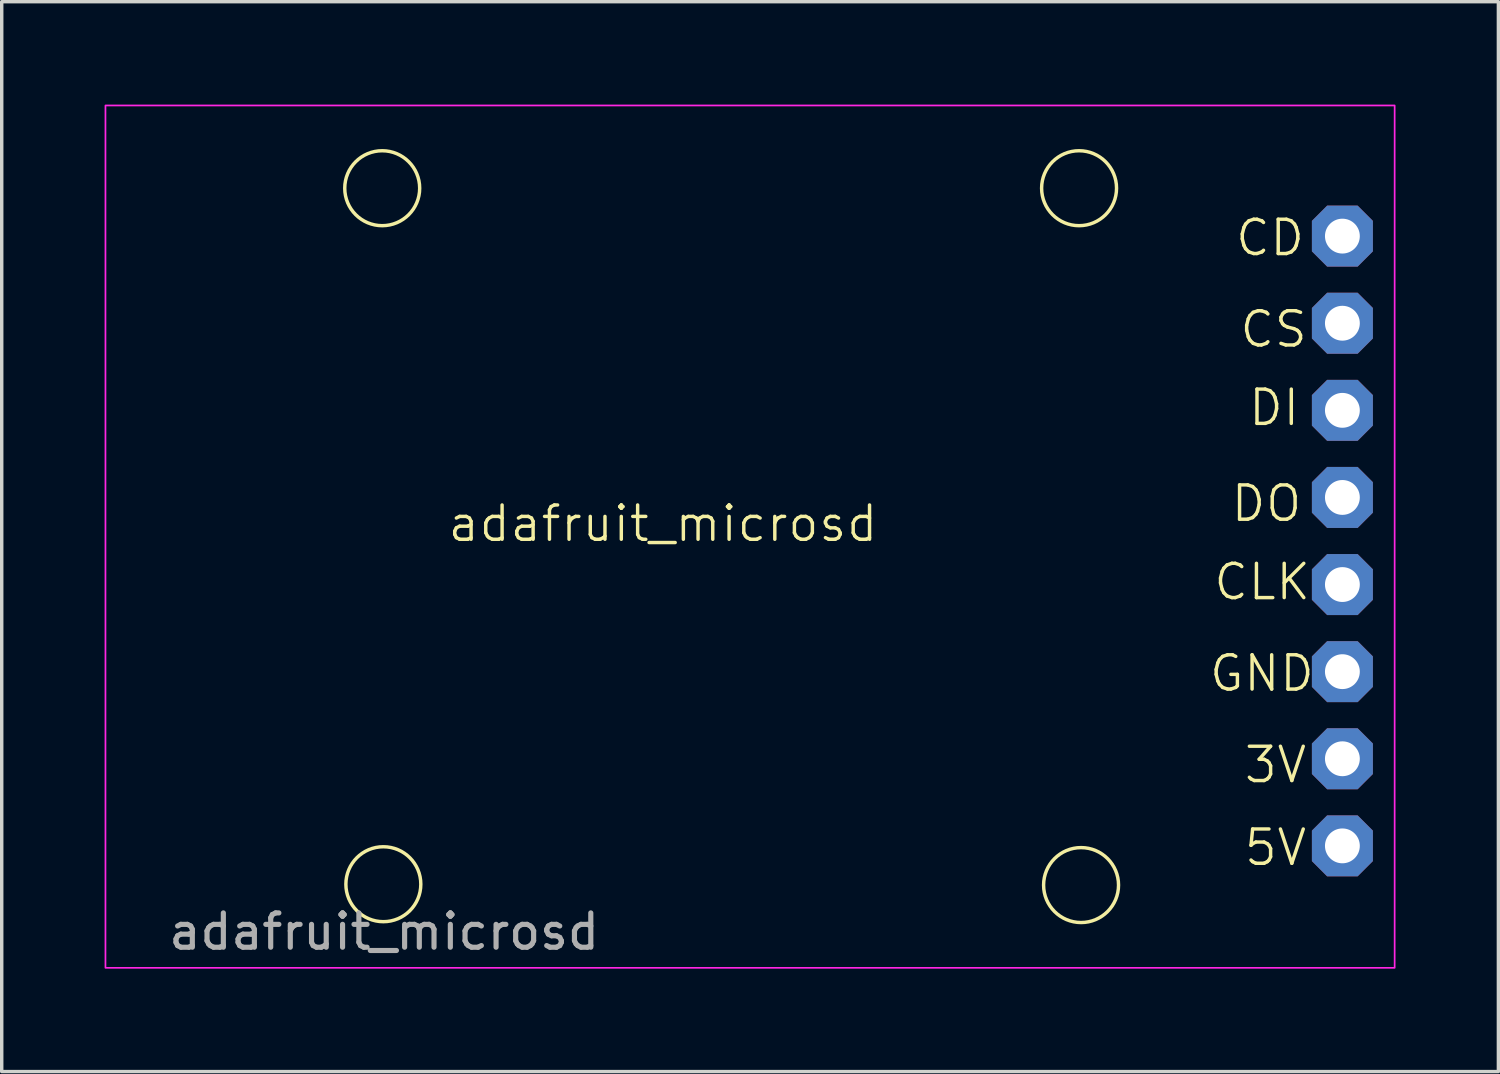
<source format=kicad_pcb>
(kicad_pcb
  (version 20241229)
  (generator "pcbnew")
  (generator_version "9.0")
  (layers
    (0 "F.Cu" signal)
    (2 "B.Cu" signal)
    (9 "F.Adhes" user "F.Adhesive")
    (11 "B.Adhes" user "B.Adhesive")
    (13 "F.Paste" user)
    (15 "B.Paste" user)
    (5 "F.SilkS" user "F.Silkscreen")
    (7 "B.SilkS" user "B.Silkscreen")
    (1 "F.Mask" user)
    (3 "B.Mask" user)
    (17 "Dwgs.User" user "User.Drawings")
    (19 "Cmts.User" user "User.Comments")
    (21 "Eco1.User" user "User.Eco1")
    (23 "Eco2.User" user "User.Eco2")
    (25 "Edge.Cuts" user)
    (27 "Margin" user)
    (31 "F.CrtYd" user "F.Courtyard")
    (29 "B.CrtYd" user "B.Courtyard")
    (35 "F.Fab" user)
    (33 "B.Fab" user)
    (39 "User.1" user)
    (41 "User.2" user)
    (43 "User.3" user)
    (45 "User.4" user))
  (footprint "adafruit_microsd"
    (layer "F.Cu")
    (at 8.153 21.615)
    (property "Reference" "adafruit_microsd" (at 8.128 -9.398 0) (unlocked yes) (layer "F.SilkS") (effects (font (size 1 1) (thickness 0.1))))
    (attr through_hole)
    (fp_circle (center -0.058 -19.177) (end 0.577 -20.066) (stroke (width 0.1) (type default)) (fill no) (layer "F.SilkS"))
    (fp_circle (center -0.025 1.118) (end 0.61 0.229) (stroke (width 0.1) (type default)) (fill no) (layer "F.SilkS"))
    (fp_circle (center 20.262 -19.177) (end 20.897 -20.066) (stroke (width 0.1) (type default)) (fill no) (layer "F.SilkS"))
    (fp_circle (center 20.32 1.143) (end 20.955 0.254) (stroke (width 0.1) (type default)) (fill no) (layer "F.SilkS"))
    (fp_rect (start -8.128 -21.59) (end 29.464 3.556) (stroke (width 0.05) (type default)) (fill no) (layer "F.CrtYd"))
    (fp_text user "CLK" (at 24.13 -7.112 0) (unlocked yes) (layer "F.SilkS") (effects (font (size 1 1) (thickness 0.1)) (justify left bottom)))
    (fp_text user "GND" (at 24.003 -4.445 0) (unlocked yes) (layer "F.SilkS") (effects (font (size 1 1) (thickness 0.1)) (justify left bottom)))
    (fp_text user "3V" (at 25.019 -1.778 0) (unlocked yes) (layer "F.SilkS") (effects (font (size 1 1) (thickness 0.1)) (justify left bottom)))
    (fp_text user "CD" (at 24.765 -17.145 0) (unlocked yes) (layer "F.SilkS") (effects (font (size 1 1) (thickness 0.1)) (justify left bottom)))
    (fp_text user "CS" (at 24.892 -14.478 0) (unlocked yes) (layer "F.SilkS") (effects (font (size 1 1) (thickness 0.1)) (justify left bottom)))
    (fp_text user "5V" (at 25.019 0.635 0) (unlocked yes) (layer "F.SilkS") (effects (font (size 1 1) (thickness 0.1)) (justify left bottom)))
    (fp_text user "DI" (at 25.146 -12.192 0) (unlocked yes) (layer "F.SilkS") (effects (font (size 1 1) (thickness 0.1)) (justify left bottom)))
    (fp_text user "DO" (at 24.638 -9.398 0) (unlocked yes) (layer "F.SilkS") (effects (font (size 1 1) (thickness 0.1)) (justify left bottom)))
    (fp_text user "${REFERENCE}" (at 0 2.5 0) (unlocked yes) (layer "F.Fab") (effects (font (size 1 1) (thickness 0.15))))
    (pad "1" thru_hole roundrect (at 27.94 0 90) (size 1.778 1.778) (drill 1.016) (layers "*.Cu" "*.Mask") (roundrect_rratio 0) (chamfer_ratio 0.25) (chamfer top_left top_right bottom_left bottom_right))
    (pad "2" thru_hole roundrect (at 27.94 -2.54 90) (size 1.778 1.778) (drill 1.016) (layers "*.Cu" "*.Mask") (roundrect_rratio 0) (chamfer_ratio 0.25) (chamfer top_left top_right bottom_left bottom_right))
    (pad "3" thru_hole roundrect (at 27.94 -5.08 90) (size 1.778 1.778) (drill 1.016) (layers "*.Cu" "*.Mask") (roundrect_rratio 0) (chamfer_ratio 0.25) (chamfer top_left top_right bottom_left bottom_right))
    (pad "4" thru_hole roundrect (at 27.94 -7.62 90) (size 1.778 1.778) (drill 1.016) (layers "*.Cu" "*.Mask") (roundrect_rratio 0) (chamfer_ratio 0.25) (chamfer top_left top_right bottom_left bottom_right))
    (pad "5" thru_hole roundrect (at 27.94 -10.16 90) (size 1.778 1.778) (drill 1.016) (layers "*.Cu" "*.Mask") (roundrect_rratio 0) (chamfer_ratio 0.25) (chamfer top_left top_right bottom_left bottom_right))
    (pad "6" thru_hole roundrect (at 27.94 -12.7 90) (size 1.778 1.778) (drill 1.016) (layers "*.Cu" "*.Mask") (roundrect_rratio 0) (chamfer_ratio 0.25) (chamfer top_left top_right bottom_left bottom_right))
    (pad "7" thru_hole roundrect (at 27.94 -15.24 90) (size 1.778 1.778) (drill 1.016) (layers "*.Cu" "*.Mask") (roundrect_rratio 0) (chamfer_ratio 0.25) (chamfer top_left top_right bottom_left bottom_right))
    (pad "8" thru_hole roundrect (at 27.94 -17.78 90) (size 1.778 1.778) (drill 1.016) (layers "*.Cu" "*.Mask") (roundrect_rratio 0) (chamfer_ratio 0.25) (chamfer top_left top_right bottom_left bottom_right)))
  (gr_rect
    (start -3 -3)
    (end 40.642 28.196)
    (stroke (width 0.1) (type default))
    (fill no)
    (layer "Edge.Cuts")))
</source>
